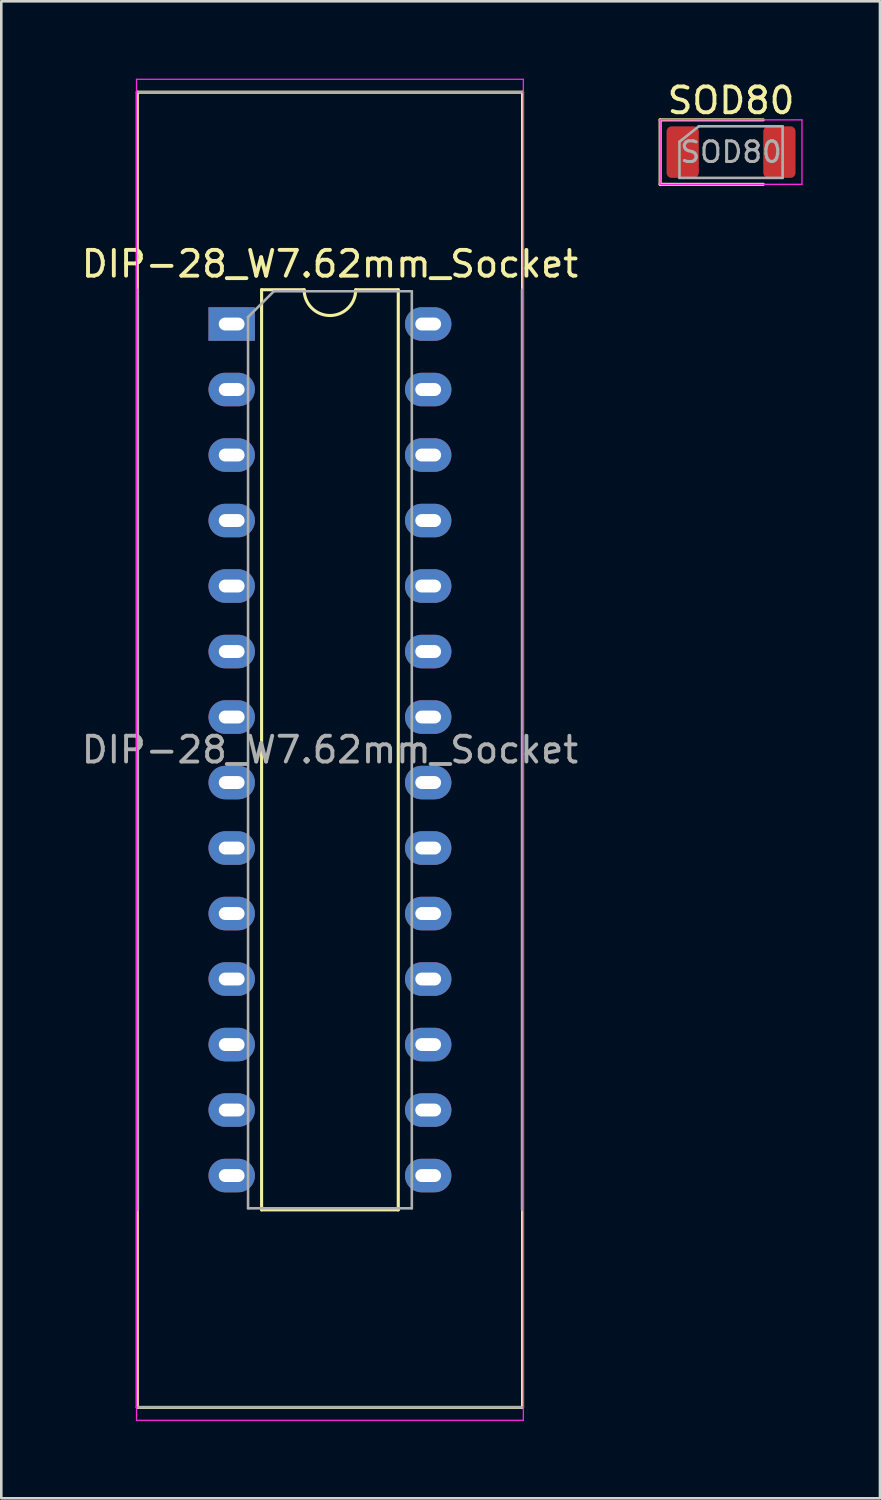
<source format=kicad_pcb>
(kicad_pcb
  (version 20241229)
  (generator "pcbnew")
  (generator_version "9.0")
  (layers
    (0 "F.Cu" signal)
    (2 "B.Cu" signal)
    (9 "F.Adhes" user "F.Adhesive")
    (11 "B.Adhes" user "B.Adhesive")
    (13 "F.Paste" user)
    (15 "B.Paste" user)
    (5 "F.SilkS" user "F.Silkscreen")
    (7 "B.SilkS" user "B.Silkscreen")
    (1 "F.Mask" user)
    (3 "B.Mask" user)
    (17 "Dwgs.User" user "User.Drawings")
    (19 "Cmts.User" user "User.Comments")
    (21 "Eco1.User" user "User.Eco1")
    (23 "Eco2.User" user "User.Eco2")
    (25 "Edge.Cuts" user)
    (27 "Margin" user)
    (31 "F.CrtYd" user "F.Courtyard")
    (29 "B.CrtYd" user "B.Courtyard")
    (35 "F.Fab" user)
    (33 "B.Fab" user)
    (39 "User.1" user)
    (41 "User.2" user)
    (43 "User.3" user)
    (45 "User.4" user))
  (footprint "SOD80"
    (layer "F.Cu")
    (at 25.298 2.848)
    (property "Reference" "SOD80" (at 0 -2 0) (layer "F.SilkS") (effects (font (size 1 1) (thickness 0.15))))
    (attr smd)
    (fp_line (start -2.75 -1.25) (end -2.75 1.25) (stroke (width 0.12) (type solid)) (layer "F.SilkS"))
    (fp_line (start -2.75 1.25) (end 1.25 1.25) (stroke (width 0.12) (type solid)) (layer "F.SilkS"))
    (fp_line (start 1.25 -1.25) (end -2.75 -1.25) (stroke (width 0.12) (type solid)) (layer "F.SilkS"))
    (fp_line (start -2.75 -1.25) (end 2.75 -1.25) (stroke (width 0.05) (type solid)) (layer "F.CrtYd"))
    (fp_line (start -2.75 1.25) (end -2.75 -1.25) (stroke (width 0.05) (type solid)) (layer "F.CrtYd"))
    (fp_line (start 2.75 -1.25) (end 2.75 1.25) (stroke (width 0.05) (type solid)) (layer "F.CrtYd"))
    (fp_line (start 2.75 1.25) (end -2.75 1.25) (stroke (width 0.05) (type solid)) (layer "F.CrtYd"))
    (fp_line (start -2 -0.4) (end -2 1) (stroke (width 0.1) (type solid)) (layer "F.Fab"))
    (fp_line (start -2 1) (end 2 1) (stroke (width 0.1) (type solid)) (layer "F.Fab"))
    (fp_line (start -1.25 -1) (end -2 -0.4) (stroke (width 0.1) (type solid)) (layer "F.Fab"))
    (fp_line (start 2 -1) (end -1.25 -1) (stroke (width 0.1) (type solid)) (layer "F.Fab"))
    (fp_line (start 2 1) (end 2 -1) (stroke (width 0.1) (type solid)) (layer "F.Fab"))
    (fp_text user "${REFERENCE}" (at 0 0 0) (layer "F.Fab") (effects (font (size 0.8 0.8) (thickness 0.12))))
    (pad "1" smd roundrect (at -1.875 0) (size 1.25 2) (layers "F.Cu" "F.Mask" "F.Paste") (roundrect_rratio 0.156))
    (pad "2" smd roundrect (at 1.875 0) (size 1.25 2) (layers "F.Cu" "F.Mask" "F.Paste") (roundrect_rratio 0.156)))
  (footprint "DIP-28_W7.62mm_Socket"
    (layer "F.Cu")
    (at 5.934 9.515)
    (property "Reference" "DIP-28_W7.62mm_Socket" (at 3.81 -2.33 0) (layer "F.SilkS") (effects (font (size 1 1) (thickness 0.15))))
    (attr through_hole)
    (fp_line (start -3.66 -8.99) (end -3.66 42.01) (stroke (width 0.12) (type solid)) (layer "F.SilkS"))
    (fp_line (start -3.66 42.01) (end 11.28 42.01) (stroke (width 0.12) (type solid)) (layer "F.SilkS"))
    (fp_line (start 1.16 -1.33) (end 1.16 34.35) (stroke (width 0.12) (type solid)) (layer "F.SilkS"))
    (fp_line (start 1.16 34.35) (end 6.46 34.35) (stroke (width 0.12) (type solid)) (layer "F.SilkS"))
    (fp_line (start 2.81 -1.33) (end 1.16 -1.33) (stroke (width 0.12) (type solid)) (layer "F.SilkS"))
    (fp_line (start 6.46 -1.33) (end 4.81 -1.33) (stroke (width 0.12) (type solid)) (layer "F.SilkS"))
    (fp_line (start 6.46 34.35) (end 6.46 -1.33) (stroke (width 0.12) (type solid)) (layer "F.SilkS"))
    (fp_line (start 11.28 -8.99) (end -3.66 -8.99) (stroke (width 0.12) (type solid)) (layer "F.SilkS"))
    (fp_line (start 11.28 42.01) (end 11.28 -8.99) (stroke (width 0.12) (type solid)) (layer "F.SilkS"))
    (fp_arc (start 4.81 -1.33) (mid 3.81 -0.33) (end 2.81 -1.33) (stroke (width 0.12) (type solid)) (layer "F.SilkS"))
    (fp_line (start -3.69 -9.49) (end -3.69 42.51) (stroke (width 0.05) (type solid)) (layer "F.CrtYd"))
    (fp_line (start -3.69 42.51) (end 11.31 42.51) (stroke (width 0.05) (type solid)) (layer "F.CrtYd"))
    (fp_line (start 11.31 -9.49) (end -3.69 -9.49) (stroke (width 0.05) (type solid)) (layer "F.CrtYd"))
    (fp_line (start 11.31 42.51) (end 11.31 -9.49) (stroke (width 0.05) (type solid)) (layer "F.CrtYd"))
    (fp_line (start -3.64 -1.33) (end -3.64 34.35) (stroke (width 0.1) (type solid)) (layer "F.Fab"))
    (fp_line (start -3.64 42.01) (end 11.26 42.01) (stroke (width 0.1) (type solid)) (layer "F.Fab"))
    (fp_line (start 0.635 -0.27) (end 1.635 -1.27) (stroke (width 0.1) (type solid)) (layer "F.Fab"))
    (fp_line (start 0.635 34.29) (end 0.635 -0.27) (stroke (width 0.1) (type solid)) (layer "F.Fab"))
    (fp_line (start 1.635 -1.27) (end 6.985 -1.27) (stroke (width 0.1) (type solid)) (layer "F.Fab"))
    (fp_line (start 6.985 -1.27) (end 6.985 34.29) (stroke (width 0.1) (type solid)) (layer "F.Fab"))
    (fp_line (start 6.985 34.29) (end 0.635 34.29) (stroke (width 0.1) (type solid)) (layer "F.Fab"))
    (fp_line (start 11.26 -8.99) (end -3.64 -8.99) (stroke (width 0.1) (type solid)) (layer "F.Fab"))
    (fp_line (start 11.26 34.35) (end 11.26 -1.33) (stroke (width 0.1) (type solid)) (layer "F.Fab"))
    (fp_text user "${REFERENCE}" (at 3.81 16.51 0) (layer "F.Fab") (effects (font (size 1 1) (thickness 0.15))))
    (pad "1" thru_hole rect (at 0 0) (size 1.8 1.3) (drill oval 1 0.5) (layers "*.Cu" "*.Mask"))
    (pad "2" thru_hole oval (at 0 2.54) (size 1.8 1.3) (drill oval 1 0.5) (layers "*.Cu" "*.Mask"))
    (pad "3" thru_hole oval (at 0 5.08) (size 1.8 1.3) (drill oval 1 0.5) (layers "*.Cu" "*.Mask"))
    (pad "4" thru_hole oval (at 0 7.62) (size 1.8 1.3) (drill oval 1 0.5) (layers "*.Cu" "*.Mask"))
    (pad "5" thru_hole oval (at 0 10.16) (size 1.8 1.3) (drill oval 1 0.5) (layers "*.Cu" "*.Mask"))
    (pad "6" thru_hole oval (at 0 12.7) (size 1.8 1.3) (drill oval 1 0.5) (layers "*.Cu" "*.Mask"))
    (pad "7" thru_hole oval (at 0 15.24) (size 1.8 1.3) (drill oval 1 0.5) (layers "*.Cu" "*.Mask"))
    (pad "8" thru_hole oval (at 0 17.78) (size 1.8 1.3) (drill oval 1 0.5) (layers "*.Cu" "*.Mask"))
    (pad "9" thru_hole oval (at 0 20.32) (size 1.8 1.3) (drill oval 1 0.5) (layers "*.Cu" "*.Mask"))
    (pad "10" thru_hole oval (at 0 22.86) (size 1.8 1.3) (drill oval 1 0.5) (layers "*.Cu" "*.Mask"))
    (pad "11" thru_hole oval (at 0 25.4) (size 1.8 1.3) (drill oval 1 0.5) (layers "*.Cu" "*.Mask"))
    (pad "12" thru_hole oval (at 0 27.94) (size 1.8 1.3) (drill oval 1 0.5) (layers "*.Cu" "*.Mask"))
    (pad "13" thru_hole oval (at 0 30.48) (size 1.8 1.3) (drill oval 1 0.5) (layers "*.Cu" "*.Mask"))
    (pad "14" thru_hole oval (at 0 33.02) (size 1.8 1.3) (drill oval 1 0.5) (layers "*.Cu" "*.Mask"))
    (pad "15" thru_hole oval (at 7.62 33.02) (size 1.8 1.3) (drill oval 1 0.5) (layers "*.Cu" "*.Mask"))
    (pad "16" thru_hole oval (at 7.62 30.48) (size 1.8 1.3) (drill oval 1 0.5) (layers "*.Cu" "*.Mask"))
    (pad "17" thru_hole oval (at 7.62 27.94) (size 1.8 1.3) (drill oval 1 0.5) (layers "*.Cu" "*.Mask"))
    (pad "18" thru_hole oval (at 7.62 25.4) (size 1.8 1.3) (drill oval 1 0.5) (layers "*.Cu" "*.Mask"))
    (pad "19" thru_hole oval (at 7.62 22.86) (size 1.8 1.3) (drill oval 1 0.5) (layers "*.Cu" "*.Mask"))
    (pad "20" thru_hole oval (at 7.62 20.32) (size 1.8 1.3) (drill oval 1 0.5) (layers "*.Cu" "*.Mask"))
    (pad "21" thru_hole oval (at 7.62 17.78) (size 1.8 1.3) (drill oval 1 0.5) (layers "*.Cu" "*.Mask"))
    (pad "22" thru_hole oval (at 7.62 15.24) (size 1.8 1.3) (drill oval 1 0.5) (layers "*.Cu" "*.Mask"))
    (pad "23" thru_hole oval (at 7.62 12.7) (size 1.8 1.3) (drill oval 1 0.5) (layers "*.Cu" "*.Mask"))
    (pad "24" thru_hole oval (at 7.62 10.16) (size 1.8 1.3) (drill oval 1 0.5) (layers "*.Cu" "*.Mask"))
    (pad "25" thru_hole oval (at 7.62 7.62) (size 1.8 1.3) (drill oval 1 0.5) (layers "*.Cu" "*.Mask"))
    (pad "26" thru_hole oval (at 7.62 5.08) (size 1.8 1.3) (drill oval 1 0.5) (layers "*.Cu" "*.Mask"))
    (pad "27" thru_hole oval (at 7.62 2.54) (size 1.8 1.3) (drill oval 1 0.5) (layers "*.Cu" "*.Mask"))
    (pad "28" thru_hole oval (at 7.62 0) (size 1.8 1.3) (drill oval 1 0.5) (layers "*.Cu" "*.Mask")))
  (gr_rect
    (start -3 -3)
    (end 31.073 55.05)
    (stroke (width 0.1) (type default))
    (fill no)
    (layer "Edge.Cuts")))
</source>
